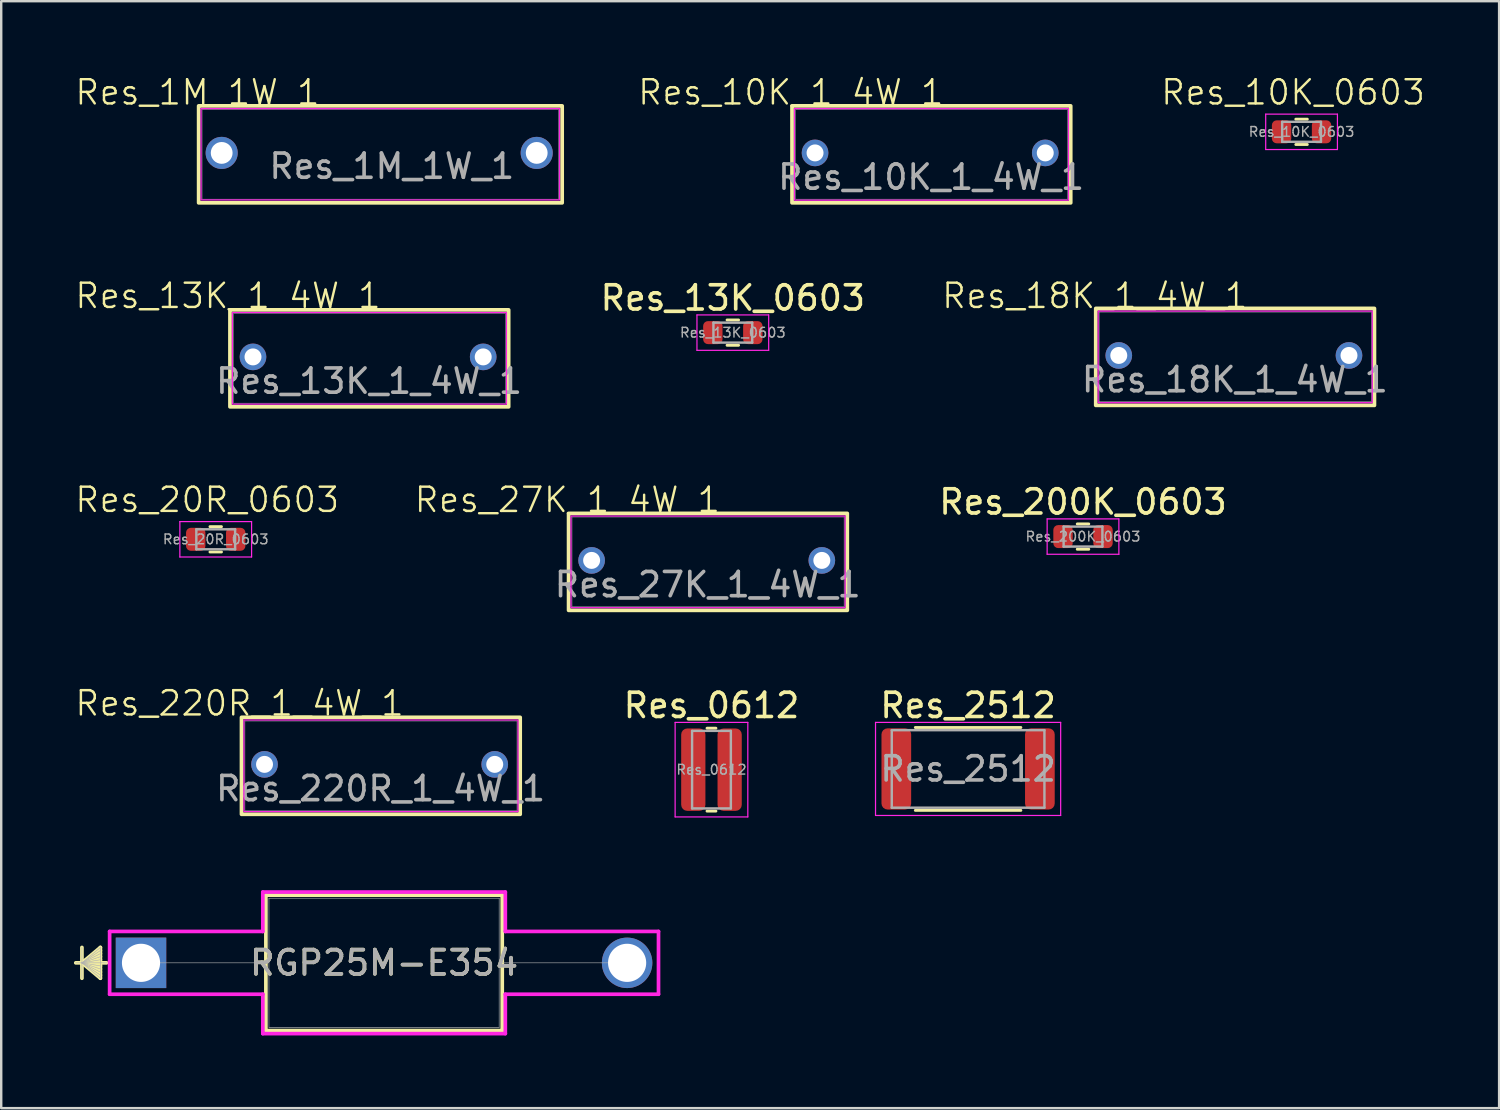
<source format=kicad_pcb>
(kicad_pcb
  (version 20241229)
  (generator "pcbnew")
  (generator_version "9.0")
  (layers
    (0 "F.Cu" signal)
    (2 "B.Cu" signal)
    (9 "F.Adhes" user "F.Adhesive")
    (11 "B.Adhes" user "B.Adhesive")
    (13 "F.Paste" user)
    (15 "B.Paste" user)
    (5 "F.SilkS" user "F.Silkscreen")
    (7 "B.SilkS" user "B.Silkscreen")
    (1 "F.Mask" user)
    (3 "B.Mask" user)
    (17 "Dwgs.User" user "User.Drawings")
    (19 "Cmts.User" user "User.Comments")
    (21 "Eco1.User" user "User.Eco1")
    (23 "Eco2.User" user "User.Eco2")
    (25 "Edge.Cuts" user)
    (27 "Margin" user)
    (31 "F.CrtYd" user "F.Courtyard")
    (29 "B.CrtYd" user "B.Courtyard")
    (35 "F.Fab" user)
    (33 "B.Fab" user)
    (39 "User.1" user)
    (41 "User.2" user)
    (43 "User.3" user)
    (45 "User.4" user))
  (footprint "Res_18K_1_4W_1"
    (layer "F.Cu")
    (at 42.128 9.658)
    (property "Reference" "Res_18K_1_4W_1" (at 0 -0.5 0) (unlocked yes) (layer "F.SilkS") (effects (font (size 1 1) (thickness 0.1))))
    (attr through_hole)
    (fp_rect (start 0.04 0.02) (end 11.54 4.02) (stroke (width 0.154) (type default)) (fill no) (layer "F.SilkS"))
    (fp_rect (start 0.14 0.13) (end 11.45 3.91) (stroke (width 0.05) (type default)) (fill no) (layer "F.CrtYd"))
    (fp_rect (start 0.18 0.17) (end 11.41 3.87) (stroke (width 0.02) (type default)) (fill no) (layer "F.Fab"))
    (fp_text user "${REFERENCE}" (at 5.78 2.96 0) (unlocked yes) (layer "F.Fab") (effects (font (size 1 1) (thickness 0.15))))
    (pad "1" thru_hole circle (at 0.99 1.96) (size 1.1 1.1) (drill 0.7) (layers "*.Cu" "*.Mask"))
    (pad "2" thru_hole circle (at 10.49 1.96) (size 1.1 1.1) (drill 0.7) (layers "*.Cu" "*.Mask")))
  (footprint "Res_220R_1_4W_1"
    (layer "F.Cu")
    (at 6.836 26.473)
    (property "Reference" "Res_220R_1_4W_1" (at 0 -0.5 0) (unlocked yes) (layer "F.SilkS") (effects (font (size 1 1) (thickness 0.1))))
    (attr through_hole)
    (fp_rect (start 0.08 0.08) (end 11.58 4.08) (stroke (width 0.154) (type default)) (fill no) (layer "F.SilkS"))
    (fp_rect (start 0.18 0.19) (end 11.49 3.97) (stroke (width 0.05) (type default)) (fill no) (layer "F.CrtYd"))
    (fp_rect (start 0.22 0.23) (end 11.45 3.93) (stroke (width 0.02) (type default)) (fill no) (layer "F.Fab"))
    (fp_text user "${REFERENCE}" (at 5.82 3.02 0) (unlocked yes) (layer "F.Fab") (effects (font (size 1 1) (thickness 0.15))))
    (pad "1" thru_hole circle (at 1.03 2.02) (size 1.1 1.1) (drill 0.7) (layers "*.Cu" "*.Mask"))
    (pad "2" thru_hole circle (at 10.53 2.02) (size 1.1 1.1) (drill 0.7) (layers "*.Cu" "*.Mask")))
  (footprint "Res_13K_0603"
    (layer "F.Cu")
    (at 27.191 10.676)
    (property "Reference" "Res_13K_0603" (at 0 -1.43 0) (layer "F.SilkS") (effects (font (size 1 1) (thickness 0.15))))
    (attr smd)
    (fp_line (start -0.237 -0.522) (end 0.237 -0.522) (stroke (width 0.12) (type solid)) (layer "F.SilkS"))
    (fp_line (start -0.237 0.522) (end 0.237 0.522) (stroke (width 0.12) (type solid)) (layer "F.SilkS"))
    (fp_line (start -1.48 -0.73) (end 1.48 -0.73) (stroke (width 0.05) (type solid)) (layer "F.CrtYd"))
    (fp_line (start -1.48 0.73) (end -1.48 -0.73) (stroke (width 0.05) (type solid)) (layer "F.CrtYd"))
    (fp_line (start 1.48 -0.73) (end 1.48 0.73) (stroke (width 0.05) (type solid)) (layer "F.CrtYd"))
    (fp_line (start 1.48 0.73) (end -1.48 0.73) (stroke (width 0.05) (type solid)) (layer "F.CrtYd"))
    (fp_line (start -0.8 -0.412) (end 0.8 -0.412) (stroke (width 0.1) (type solid)) (layer "F.Fab"))
    (fp_line (start -0.8 0.412) (end -0.8 -0.412) (stroke (width 0.1) (type solid)) (layer "F.Fab"))
    (fp_line (start 0.8 -0.412) (end 0.8 0.412) (stroke (width 0.1) (type solid)) (layer "F.Fab"))
    (fp_line (start 0.8 0.412) (end -0.8 0.412) (stroke (width 0.1) (type solid)) (layer "F.Fab"))
    (fp_text user "${REFERENCE}" (at 0 0 0) (layer "F.Fab") (effects (font (size 0.4 0.4) (thickness 0.06))))
    (pad "1" smd roundrect (at -0.825 0) (size 0.8 0.95) (layers "F.Cu" "F.Mask" "F.Paste") (roundrect_rratio 0.25))
    (pad "2" smd roundrect (at 0.825 0) (size 0.8 0.95) (layers "F.Cu" "F.Mask" "F.Paste") (roundrect_rratio 0.25)))
  (footprint "Res_10K_0603"
    (layer "F.Cu")
    (at 48.561 1.77)
    (property "Reference" "Res_10K_0603" (at 1.75 -1.01 0) (unlocked yes) (layer "F.SilkS") (effects (font (size 1 1) (thickness 0.1))))
    (attr smd)
    (fp_line (start 1.863 0.098) (end 2.337 0.098) (stroke (width 0.12) (type solid)) (layer "F.SilkS"))
    (fp_line (start 1.863 1.143) (end 2.337 1.143) (stroke (width 0.12) (type solid)) (layer "F.SilkS"))
    (fp_line (start 0.62 -0.11) (end 3.58 -0.11) (stroke (width 0.05) (type solid)) (layer "F.CrtYd"))
    (fp_line (start 0.62 1.35) (end 0.62 -0.11) (stroke (width 0.05) (type solid)) (layer "F.CrtYd"))
    (fp_line (start 3.58 -0.11) (end 3.58 1.35) (stroke (width 0.05) (type solid)) (layer "F.CrtYd"))
    (fp_line (start 3.58 1.35) (end 0.62 1.35) (stroke (width 0.05) (type solid)) (layer "F.CrtYd"))
    (fp_line (start 1.3 0.207) (end 2.9 0.207) (stroke (width 0.1) (type solid)) (layer "F.Fab"))
    (fp_line (start 1.3 1.032) (end 1.3 0.207) (stroke (width 0.1) (type solid)) (layer "F.Fab"))
    (fp_line (start 2.9 0.207) (end 2.9 1.032) (stroke (width 0.1) (type solid)) (layer "F.Fab"))
    (fp_line (start 2.9 1.032) (end 1.3 1.032) (stroke (width 0.1) (type solid)) (layer "F.Fab"))
    (fp_text user "${REFERENCE}" (at 2.1 0.62 0) (layer "F.Fab") (effects (font (size 0.4 0.4) (thickness 0.06))))
    (pad "1" smd roundrect (at 1.275 0.62) (size 0.8 0.95) (layers "F.Cu" "F.Mask" "F.Paste") (roundrect_rratio 0.25))
    (pad "2" smd roundrect (at 2.925 0.62) (size 0.8 0.95) (layers "F.Cu" "F.Mask" "F.Paste") (roundrect_rratio 0.25)))
  (footprint "Res_1M_1W_1"
    (layer "F.Cu")
    (at 5.098 1.26)
    (property "Reference" "Res_1M_1W_1" (at 0 -0.5 0) (unlocked yes) (layer "F.SilkS") (effects (font (size 1 1) (thickness 0.1))))
    (attr through_hole)
    (fp_rect (start 0.05 0.06) (end 15.05 4.06) (stroke (width 0.154) (type default)) (fill no) (layer "F.SilkS"))
    (fp_rect (start 0.15 0.17) (end 14.94 3.94) (stroke (width 0.05) (type default)) (fill no) (layer "F.CrtYd"))
    (fp_rect (start 0.19 0.21) (end 14.9 3.91) (stroke (width 0.02) (type default)) (fill no) (layer "F.Fab"))
    (fp_text user "${REFERENCE}" (at 8.02 2.55 0) (unlocked yes) (layer "F.Fab") (effects (font (size 1 1) (thickness 0.15))))
    (pad "1" thru_hole circle (at 1 2) (size 1.324 1.324) (drill 0.9) (layers "*.Cu" "*.Mask"))
    (pad "2" thru_hole circle (at 14 2) (size 1.324 1.324) (drill 0.9) (layers "*.Cu" "*.Mask")))
  (footprint "RGP25M-E354"
    (layer "F.Cu")
    (at 2.769 36.683)
    (property "Reference" "RGP25M-E354" (at 10.03 0 0) (unlocked yes) (layer "F.SilkS") (effects (font (size 1 1) (thickness 0.15))))
    (attr through_hole)
    (fp_line (start -2.438 -0.635) (end -2.438 0.635) (stroke (width 0.152) (type solid)) (layer "F.SilkS"))
    (fp_line (start -2.438 0) (end -1.676 -0.635) (stroke (width 0.152) (type solid)) (layer "F.SilkS"))
    (fp_line (start -2.438 0) (end -1.676 -0.508) (stroke (width 0.152) (type solid)) (layer "F.SilkS"))
    (fp_line (start -2.438 0) (end -1.676 -0.381) (stroke (width 0.152) (type solid)) (layer "F.SilkS"))
    (fp_line (start -2.438 0) (end -1.676 -0.254) (stroke (width 0.152) (type solid)) (layer "F.SilkS"))
    (fp_line (start -2.438 0) (end -1.676 -0.127) (stroke (width 0.152) (type solid)) (layer "F.SilkS"))
    (fp_line (start -2.438 0) (end -1.676 0.127) (stroke (width 0.152) (type solid)) (layer "F.SilkS"))
    (fp_line (start -2.438 0) (end -1.676 0.254) (stroke (width 0.152) (type solid)) (layer "F.SilkS"))
    (fp_line (start -2.438 0) (end -1.676 0.381) (stroke (width 0.152) (type solid)) (layer "F.SilkS"))
    (fp_line (start -2.438 0) (end -1.676 0.508) (stroke (width 0.152) (type solid)) (layer "F.SilkS"))
    (fp_line (start -2.438 0) (end -1.676 0.635) (stroke (width 0.152) (type solid)) (layer "F.SilkS"))
    (fp_line (start -1.676 -0.635) (end -1.676 0.635) (stroke (width 0.152) (type solid)) (layer "F.SilkS"))
    (fp_line (start -1.422 0) (end -2.692 0) (stroke (width 0.152) (type solid)) (layer "F.SilkS"))
    (fp_line (start 5.153 -2.794) (end 5.153 2.794) (stroke (width 0.152) (type solid)) (layer "F.SilkS"))
    (fp_line (start 5.153 2.794) (end 14.907 2.794) (stroke (width 0.152) (type solid)) (layer "F.SilkS"))
    (fp_line (start 14.907 -2.794) (end 5.153 -2.794) (stroke (width 0.152) (type solid)) (layer "F.SilkS"))
    (fp_line (start 14.907 2.794) (end 14.907 -2.794) (stroke (width 0.152) (type solid)) (layer "F.SilkS"))
    (fp_line (start -1.295 -1.295) (end 5.026 -1.295) (stroke (width 0.152) (type solid)) (layer "F.CrtYd"))
    (fp_line (start -1.295 1.295) (end -1.295 -1.295) (stroke (width 0.152) (type solid)) (layer "F.CrtYd"))
    (fp_line (start 5.026 -2.921) (end 15.034 -2.921) (stroke (width 0.152) (type solid)) (layer "F.CrtYd"))
    (fp_line (start 5.026 -1.295) (end 5.026 -2.921) (stroke (width 0.152) (type solid)) (layer "F.CrtYd"))
    (fp_line (start 5.026 1.295) (end -1.295 1.295) (stroke (width 0.152) (type solid)) (layer "F.CrtYd"))
    (fp_line (start 5.026 2.921) (end 5.026 1.295) (stroke (width 0.152) (type solid)) (layer "F.CrtYd"))
    (fp_line (start 15.034 -2.921) (end 15.034 -1.295) (stroke (width 0.152) (type solid)) (layer "F.CrtYd"))
    (fp_line (start 15.034 -1.295) (end 21.355 -1.295) (stroke (width 0.152) (type solid)) (layer "F.CrtYd"))
    (fp_line (start 15.034 1.295) (end 15.034 2.921) (stroke (width 0.152) (type solid)) (layer "F.CrtYd"))
    (fp_line (start 15.034 2.921) (end 5.026 2.921) (stroke (width 0.152) (type solid)) (layer "F.CrtYd"))
    (fp_line (start 21.355 -1.295) (end 21.355 1.295) (stroke (width 0.152) (type solid)) (layer "F.CrtYd"))
    (fp_line (start 21.355 1.295) (end 15.034 1.295) (stroke (width 0.152) (type solid)) (layer "F.CrtYd"))
    (fp_line (start -2.438 -0.635) (end -2.438 0.635) (stroke (width 0.025) (type solid)) (layer "F.Fab"))
    (fp_line (start -2.438 0) (end -1.676 -0.635) (stroke (width 0.025) (type solid)) (layer "F.Fab"))
    (fp_line (start -2.438 0) (end -1.676 -0.508) (stroke (width 0.025) (type solid)) (layer "F.Fab"))
    (fp_line (start -2.438 0) (end -1.676 -0.381) (stroke (width 0.025) (type solid)) (layer "F.Fab"))
    (fp_line (start -2.438 0) (end -1.676 -0.254) (stroke (width 0.025) (type solid)) (layer "F.Fab"))
    (fp_line (start -2.438 0) (end -1.676 -0.127) (stroke (width 0.025) (type solid)) (layer "F.Fab"))
    (fp_line (start -2.438 0) (end -1.676 0.127) (stroke (width 0.025) (type solid)) (layer "F.Fab"))
    (fp_line (start -2.438 0) (end -1.676 0.254) (stroke (width 0.025) (type solid)) (layer "F.Fab"))
    (fp_line (start -2.438 0) (end -1.676 0.381) (stroke (width 0.025) (type solid)) (layer "F.Fab"))
    (fp_line (start -2.438 0) (end -1.676 0.508) (stroke (width 0.025) (type solid)) (layer "F.Fab"))
    (fp_line (start -2.438 0) (end -1.676 0.635) (stroke (width 0.025) (type solid)) (layer "F.Fab"))
    (fp_line (start -1.676 -0.635) (end -1.676 0.635) (stroke (width 0.025) (type solid)) (layer "F.Fab"))
    (fp_line (start -1.422 0) (end -2.692 0) (stroke (width 0.025) (type solid)) (layer "F.Fab"))
    (fp_line (start 0 0) (end 5.28 0) (stroke (width 0.025) (type solid)) (layer "F.Fab"))
    (fp_line (start 5.28 -2.667) (end 5.28 2.667) (stroke (width 0.025) (type solid)) (layer "F.Fab"))
    (fp_line (start 5.28 2.667) (end 14.78 2.667) (stroke (width 0.025) (type solid)) (layer "F.Fab"))
    (fp_line (start 14.78 -2.667) (end 5.28 -2.667) (stroke (width 0.025) (type solid)) (layer "F.Fab"))
    (fp_line (start 14.78 2.667) (end 14.78 -2.667) (stroke (width 0.025) (type solid)) (layer "F.Fab"))
    (fp_line (start 20.06 0) (end 14.78 0) (stroke (width 0.025) (type solid)) (layer "F.Fab"))
    (fp_text user "${REFERENCE}" (at 10.03 0 0) (unlocked yes) (layer "F.Fab") (effects (font (size 1 1) (thickness 0.15))))
    (pad "1" thru_hole rect (at 0 0) (size 2.083 2.083) (drill 1.575) (layers "*.Cu" "*.Mask"))
    (pad "2" thru_hole circle (at 20.06 0) (size 2.083 2.083) (drill 1.575) (layers "*.Cu" "*.Mask")))
  (footprint "Res_200K_0603"
    (layer "F.Cu")
    (at 41.642 19.093)
    (property "Reference" "Res_200K_0603" (at 0 -1.43 0) (layer "F.SilkS") (effects (font (size 1 1) (thickness 0.15))))
    (attr smd)
    (fp_line (start -0.237 -0.522) (end 0.237 -0.522) (stroke (width 0.12) (type solid)) (layer "F.SilkS"))
    (fp_line (start -0.237 0.522) (end 0.237 0.522) (stroke (width 0.12) (type solid)) (layer "F.SilkS"))
    (fp_line (start -1.48 -0.73) (end 1.48 -0.73) (stroke (width 0.05) (type solid)) (layer "F.CrtYd"))
    (fp_line (start -1.48 0.73) (end -1.48 -0.73) (stroke (width 0.05) (type solid)) (layer "F.CrtYd"))
    (fp_line (start 1.48 -0.73) (end 1.48 0.73) (stroke (width 0.05) (type solid)) (layer "F.CrtYd"))
    (fp_line (start 1.48 0.73) (end -1.48 0.73) (stroke (width 0.05) (type solid)) (layer "F.CrtYd"))
    (fp_line (start -0.8 -0.412) (end 0.8 -0.412) (stroke (width 0.1) (type solid)) (layer "F.Fab"))
    (fp_line (start -0.8 0.412) (end -0.8 -0.412) (stroke (width 0.1) (type solid)) (layer "F.Fab"))
    (fp_line (start 0.8 -0.412) (end 0.8 0.412) (stroke (width 0.1) (type solid)) (layer "F.Fab"))
    (fp_line (start 0.8 0.412) (end -0.8 0.412) (stroke (width 0.1) (type solid)) (layer "F.Fab"))
    (fp_text user "${REFERENCE}" (at 0 0 0) (layer "F.Fab") (effects (font (size 0.4 0.4) (thickness 0.06))))
    (pad "1" smd roundrect (at -0.825 0) (size 0.8 0.95) (layers "F.Cu" "F.Mask" "F.Paste") (roundrect_rratio 0.25))
    (pad "2" smd roundrect (at 0.825 0) (size 0.8 0.95) (layers "F.Cu" "F.Mask" "F.Paste") (roundrect_rratio 0.25)))
  (footprint "Res_0612"
    (layer "F.Cu")
    (at 26.31 28.711)
    (property "Reference" "Res_0612" (at 0 -2.65 0) (layer "F.SilkS") (effects (font (size 1 1) (thickness 0.15))))
    (attr smd)
    (fp_line (start -0.183 -1.71) (end 0.183 -1.71) (stroke (width 0.12) (type solid)) (layer "F.SilkS"))
    (fp_line (start -0.183 1.71) (end 0.183 1.71) (stroke (width 0.12) (type solid)) (layer "F.SilkS"))
    (fp_line (start -1.5 -1.95) (end 1.5 -1.95) (stroke (width 0.05) (type solid)) (layer "F.CrtYd"))
    (fp_line (start -1.5 1.95) (end -1.5 -1.95) (stroke (width 0.05) (type solid)) (layer "F.CrtYd"))
    (fp_line (start 1.5 -1.95) (end 1.5 1.95) (stroke (width 0.05) (type solid)) (layer "F.CrtYd"))
    (fp_line (start 1.5 1.95) (end -1.5 1.95) (stroke (width 0.05) (type solid)) (layer "F.CrtYd"))
    (fp_line (start -0.8 -1.6) (end 0.8 -1.6) (stroke (width 0.1) (type solid)) (layer "F.Fab"))
    (fp_line (start -0.8 1.6) (end -0.8 -1.6) (stroke (width 0.1) (type solid)) (layer "F.Fab"))
    (fp_line (start 0.8 -1.6) (end 0.8 1.6) (stroke (width 0.1) (type solid)) (layer "F.Fab"))
    (fp_line (start 0.8 1.6) (end -0.8 1.6) (stroke (width 0.1) (type solid)) (layer "F.Fab"))
    (fp_text user "${REFERENCE}" (at 0 0 0) (layer "F.Fab") (effects (font (size 0.4 0.4) (thickness 0.06))))
    (pad "1" smd roundrect (at -0.75 0) (size 1 3.4) (layers "F.Cu" "F.Mask" "F.Paste") (roundrect_rratio 0.25))
    (pad "2" smd roundrect (at 0.75 0) (size 1 3.4) (layers "F.Cu" "F.Mask" "F.Paste") (roundrect_rratio 0.25)))
  (footprint "Res_2512"
    (layer "F.Cu")
    (at 36.9 28.681)
    (property "Reference" "Res_2512" (at 0 -2.62 0) (layer "F.SilkS") (effects (font (size 1 1) (thickness 0.15))))
    (attr smd)
    (fp_line (start -2.177 -1.71) (end 2.177 -1.71) (stroke (width 0.12) (type solid)) (layer "F.SilkS"))
    (fp_line (start -2.177 1.71) (end 2.177 1.71) (stroke (width 0.12) (type solid)) (layer "F.SilkS"))
    (fp_line (start -3.82 -1.92) (end 3.82 -1.92) (stroke (width 0.05) (type solid)) (layer "F.CrtYd"))
    (fp_line (start -3.82 1.92) (end -3.82 -1.92) (stroke (width 0.05) (type solid)) (layer "F.CrtYd"))
    (fp_line (start 3.82 -1.92) (end 3.82 1.92) (stroke (width 0.05) (type solid)) (layer "F.CrtYd"))
    (fp_line (start 3.82 1.92) (end -3.82 1.92) (stroke (width 0.05) (type solid)) (layer "F.CrtYd"))
    (fp_line (start -3.15 -1.6) (end 3.15 -1.6) (stroke (width 0.1) (type solid)) (layer "F.Fab"))
    (fp_line (start -3.15 1.6) (end -3.15 -1.6) (stroke (width 0.1) (type solid)) (layer "F.Fab"))
    (fp_line (start 3.15 -1.6) (end 3.15 1.6) (stroke (width 0.1) (type solid)) (layer "F.Fab"))
    (fp_line (start 3.15 1.6) (end -3.15 1.6) (stroke (width 0.1) (type solid)) (layer "F.Fab"))
    (fp_text user "${REFERENCE}" (at 0 0 0) (layer "F.Fab") (effects (font (size 1 1) (thickness 0.15))))
    (pad "1" smd roundrect (at -2.962 0) (size 1.225 3.35) (layers "F.Cu" "F.Mask" "F.Paste") (roundrect_rratio 0.204))
    (pad "2" smd roundrect (at 2.962 0) (size 1.225 3.35) (layers "F.Cu" "F.Mask" "F.Paste") (roundrect_rratio 0.204)))
  (footprint "Res_20R_0603"
    (layer "F.Cu")
    (at 3.752 18.585)
    (property "Reference" "Res_20R_0603" (at 1.75 -1.01 0) (unlocked yes) (layer "F.SilkS") (effects (font (size 1 1) (thickness 0.1))))
    (attr smd)
    (fp_line (start 1.863 0.098) (end 2.337 0.098) (stroke (width 0.12) (type solid)) (layer "F.SilkS"))
    (fp_line (start 1.863 1.143) (end 2.337 1.143) (stroke (width 0.12) (type solid)) (layer "F.SilkS"))
    (fp_line (start 0.62 -0.11) (end 3.58 -0.11) (stroke (width 0.05) (type solid)) (layer "F.CrtYd"))
    (fp_line (start 0.62 1.35) (end 0.62 -0.11) (stroke (width 0.05) (type solid)) (layer "F.CrtYd"))
    (fp_line (start 3.58 -0.11) (end 3.58 1.35) (stroke (width 0.05) (type solid)) (layer "F.CrtYd"))
    (fp_line (start 3.58 1.35) (end 0.62 1.35) (stroke (width 0.05) (type solid)) (layer "F.CrtYd"))
    (fp_line (start 1.3 0.207) (end 2.9 0.207) (stroke (width 0.1) (type solid)) (layer "F.Fab"))
    (fp_line (start 1.3 1.032) (end 1.3 0.207) (stroke (width 0.1) (type solid)) (layer "F.Fab"))
    (fp_line (start 2.9 0.207) (end 2.9 1.032) (stroke (width 0.1) (type solid)) (layer "F.Fab"))
    (fp_line (start 2.9 1.032) (end 1.3 1.032) (stroke (width 0.1) (type solid)) (layer "F.Fab"))
    (fp_text user "${REFERENCE}" (at 2.1 0.62 0) (layer "F.Fab") (effects (font (size 0.4 0.4) (thickness 0.06))))
    (pad "1" smd roundrect (at 1.275 0.62) (size 0.8 0.95) (layers "F.Cu" "F.Mask" "F.Paste") (roundrect_rratio 0.25))
    (pad "2" smd roundrect (at 2.925 0.62) (size 0.8 0.95) (layers "F.Cu" "F.Mask" "F.Paste") (roundrect_rratio 0.25)))
  (footprint "Res_13K_1_4W_1"
    (layer "F.Cu")
    (at 6.36 9.658)
    (property "Reference" "Res_13K_1_4W_1" (at 0 -0.5 0) (unlocked yes) (layer "F.SilkS") (effects (font (size 1 1) (thickness 0.1))))
    (attr through_hole)
    (fp_rect (start 0.08 0.08) (end 11.58 4.08) (stroke (width 0.154) (type default)) (fill no) (layer "F.SilkS"))
    (fp_rect (start 0.18 0.19) (end 11.49 3.97) (stroke (width 0.05) (type default)) (fill no) (layer "F.CrtYd"))
    (fp_rect (start 0.22 0.23) (end 11.45 3.93) (stroke (width 0.02) (type default)) (fill no) (layer "F.Fab"))
    (fp_text user "${REFERENCE}" (at 5.82 3.02 0) (unlocked yes) (layer "F.Fab") (effects (font (size 1 1) (thickness 0.15))))
    (pad "1" thru_hole circle (at 1.03 2.02) (size 1.1 1.1) (drill 0.7) (layers "*.Cu" "*.Mask"))
    (pad "2" thru_hole circle (at 10.53 2.02) (size 1.1 1.1) (drill 0.7) (layers "*.Cu" "*.Mask")))
  (footprint "Res_27K_1_4W_1"
    (layer "F.Cu")
    (at 20.364 18.076)
    (property "Reference" "Res_27K_1_4W_1" (at 0 -0.5 0) (unlocked yes) (layer "F.SilkS") (effects (font (size 1 1) (thickness 0.1))))
    (attr through_hole)
    (fp_rect (start 0.05 0.06) (end 11.55 4.06) (stroke (width 0.154) (type default)) (fill no) (layer "F.SilkS"))
    (fp_rect (start 0.15 0.17) (end 11.46 3.95) (stroke (width 0.05) (type default)) (fill no) (layer "F.CrtYd"))
    (fp_rect (start 0.19 0.21) (end 11.42 3.91) (stroke (width 0.02) (type default)) (fill no) (layer "F.Fab"))
    (fp_text user "${REFERENCE}" (at 5.79 3 0) (unlocked yes) (layer "F.Fab") (effects (font (size 1 1) (thickness 0.15))))
    (pad "1" thru_hole circle (at 1 2) (size 1.1 1.1) (drill 0.7) (layers "*.Cu" "*.Mask"))
    (pad "2" thru_hole circle (at 10.5 2) (size 1.1 1.1) (drill 0.7) (layers "*.Cu" "*.Mask")))
  (footprint "Res_10K_1_4W_1"
    (layer "F.Cu")
    (at 29.584 1.26)
    (property "Reference" "Res_10K_1_4W_1" (at 0 -0.5 0) (unlocked yes) (layer "F.SilkS") (effects (font (size 1 1) (thickness 0.1))))
    (attr through_hole)
    (fp_rect (start 0.05 0.06) (end 11.55 4.06) (stroke (width 0.154) (type default)) (fill no) (layer "F.SilkS"))
    (fp_rect (start 0.15 0.17) (end 11.46 3.95) (stroke (width 0.05) (type default)) (fill no) (layer "F.CrtYd"))
    (fp_rect (start 0.19 0.21) (end 11.42 3.91) (stroke (width 0.02) (type default)) (fill no) (layer "F.Fab"))
    (fp_text user "${REFERENCE}" (at 5.79 3 0) (unlocked yes) (layer "F.Fab") (effects (font (size 1 1) (thickness 0.15))))
    (pad "1" thru_hole circle (at 1 2) (size 1.1 1.1) (drill 0.7) (layers "*.Cu" "*.Mask"))
    (pad "2" thru_hole circle (at 10.5 2) (size 1.1 1.1) (drill 0.7) (layers "*.Cu" "*.Mask")))
  (gr_rect
    (start -3 -3)
    (end 58.813 42.68)
    (stroke (width 0.1) (type default))
    (fill no)
    (layer "Edge.Cuts")))
</source>
